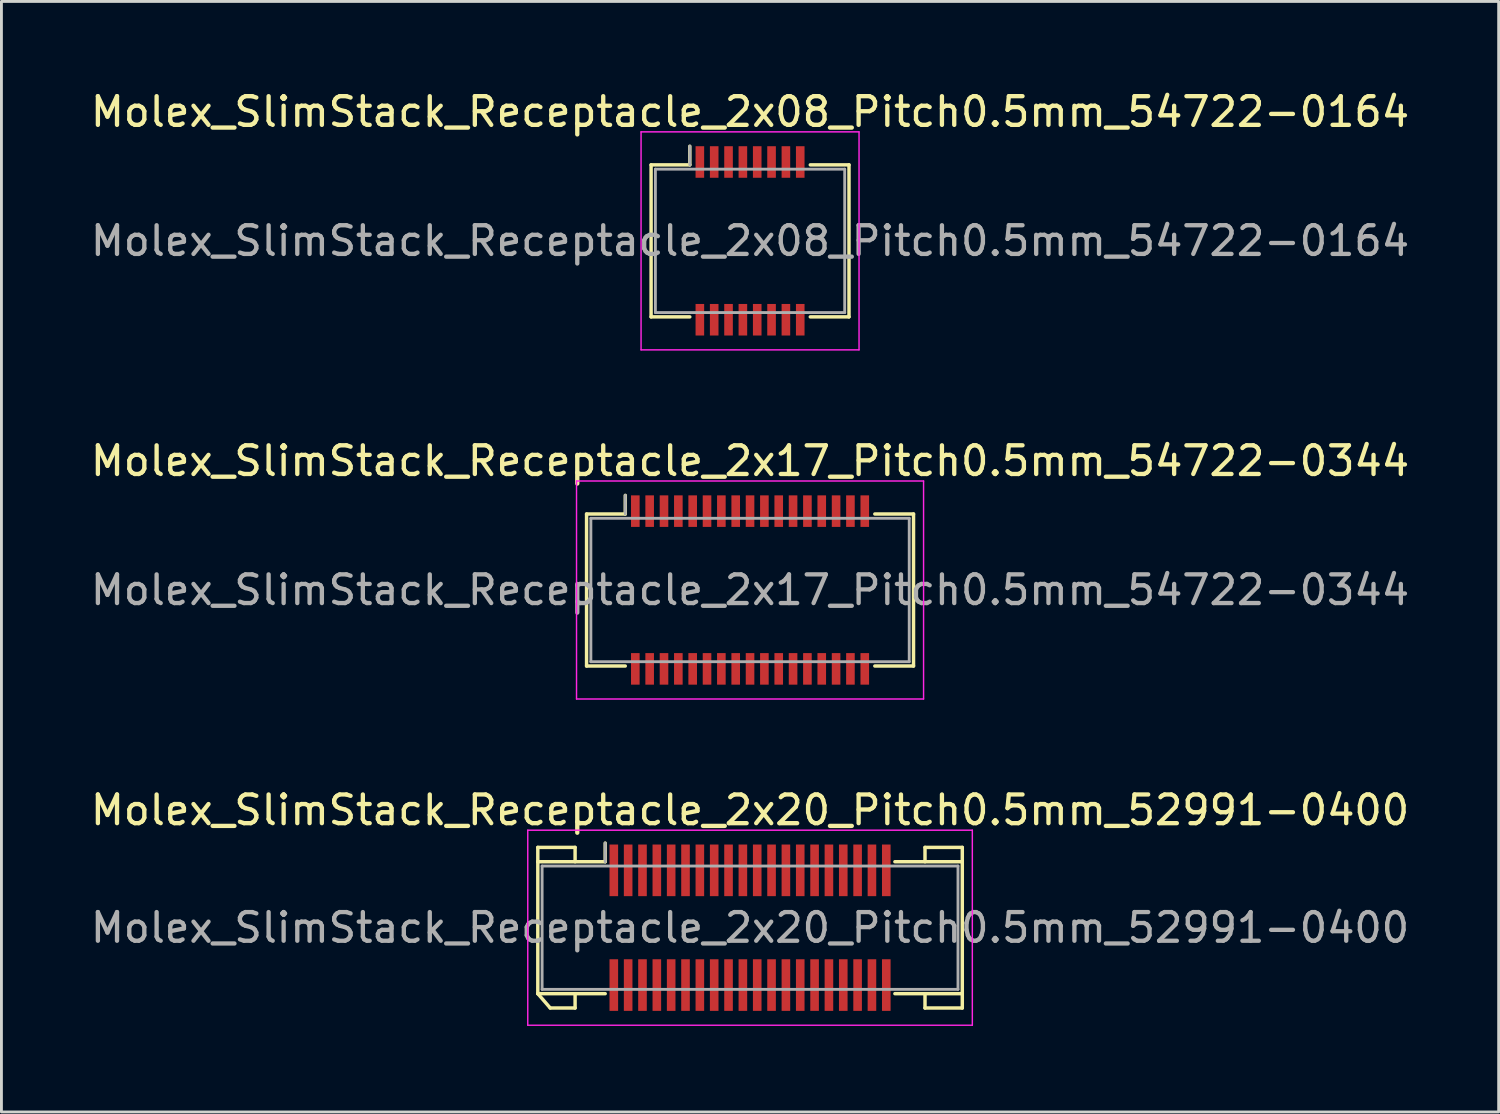
<source format=kicad_pcb>
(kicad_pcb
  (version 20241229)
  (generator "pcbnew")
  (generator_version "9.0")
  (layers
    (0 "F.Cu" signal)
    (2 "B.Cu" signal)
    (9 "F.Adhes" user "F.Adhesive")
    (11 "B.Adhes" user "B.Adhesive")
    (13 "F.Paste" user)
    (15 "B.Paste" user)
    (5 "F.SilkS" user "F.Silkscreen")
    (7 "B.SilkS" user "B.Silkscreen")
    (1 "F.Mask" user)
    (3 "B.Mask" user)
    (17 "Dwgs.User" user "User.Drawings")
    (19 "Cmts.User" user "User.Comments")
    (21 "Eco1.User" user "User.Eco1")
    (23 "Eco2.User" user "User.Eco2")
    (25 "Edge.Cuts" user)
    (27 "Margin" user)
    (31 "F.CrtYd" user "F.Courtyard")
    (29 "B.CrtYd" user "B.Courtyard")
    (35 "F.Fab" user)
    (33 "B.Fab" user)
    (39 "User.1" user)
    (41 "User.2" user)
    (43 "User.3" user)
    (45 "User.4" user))
  (footprint "Molex_SlimStack_Receptacle_2x17_Pitch0.5mm_54722-0344"
    (layer "F.Cu")
    (at 23.101 17.521)
    (property "Reference" "Molex_SlimStack_Receptacle_2x17_Pitch0.5mm_54722-0344" (at 0 -4.5 0) (layer "F.SilkS") (effects (font (size 1 1) (thickness 0.15))))
    (attr smd)
    (fp_line (start -5.7 -2.65) (end -4.35 -2.65) (stroke (width 0.12) (type solid)) (layer "F.SilkS"))
    (fp_line (start -5.7 2.65) (end -5.7 -2.65) (stroke (width 0.12) (type solid)) (layer "F.SilkS"))
    (fp_line (start -4.35 -2.65) (end -4.35 -3.3) (stroke (width 0.12) (type solid)) (layer "F.SilkS"))
    (fp_line (start -4.35 2.65) (end -5.7 2.65) (stroke (width 0.12) (type solid)) (layer "F.SilkS"))
    (fp_line (start 4.35 2.65) (end 5.7 2.65) (stroke (width 0.12) (type solid)) (layer "F.SilkS"))
    (fp_line (start 5.7 -2.65) (end 4.35 -2.65) (stroke (width 0.12) (type solid)) (layer "F.SilkS"))
    (fp_line (start 5.7 2.65) (end 5.7 -2.65) (stroke (width 0.12) (type solid)) (layer "F.SilkS"))
    (fp_line (start -6.05 -3.8) (end -6.05 3.8) (stroke (width 0.05) (type solid)) (layer "F.CrtYd"))
    (fp_line (start -6.05 3.8) (end 6.05 3.8) (stroke (width 0.05) (type solid)) (layer "F.CrtYd"))
    (fp_line (start 6.05 -3.8) (end -6.05 -3.8) (stroke (width 0.05) (type solid)) (layer "F.CrtYd"))
    (fp_line (start 6.05 3.8) (end 6.05 -3.8) (stroke (width 0.05) (type solid)) (layer "F.CrtYd"))
    (fp_line (start -5.55 -2.5) (end -5.55 2.5) (stroke (width 0.1) (type solid)) (layer "F.Fab"))
    (fp_line (start -5.55 2.5) (end 5.55 2.5) (stroke (width 0.1) (type solid)) (layer "F.Fab"))
    (fp_line (start -4.35 -2.65) (end -4.35 -3.3) (stroke (width 0.1) (type solid)) (layer "F.Fab"))
    (fp_line (start 5.55 -2.5) (end -5.55 -2.5) (stroke (width 0.1) (type solid)) (layer "F.Fab"))
    (fp_line (start 5.55 2.5) (end 5.55 -2.5) (stroke (width 0.1) (type solid)) (layer "F.Fab"))
    (fp_text user "${REFERENCE}" (at 0 0 0) (layer "F.Fab") (effects (font (size 1 1) (thickness 0.15))))
    (pad "1" smd rect (at -4 -2.75) (size 0.3 1.1) (layers "F.Cu" "F.Mask" "F.Paste"))
    (pad "2" smd rect (at -4 2.75) (size 0.3 1.1) (layers "F.Cu" "F.Mask" "F.Paste"))
    (pad "3" smd rect (at -3.5 -2.75) (size 0.3 1.1) (layers "F.Cu" "F.Mask" "F.Paste"))
    (pad "4" smd rect (at -3.5 2.75) (size 0.3 1.1) (layers "F.Cu" "F.Mask" "F.Paste"))
    (pad "5" smd rect (at -3 -2.75) (size 0.3 1.1) (layers "F.Cu" "F.Mask" "F.Paste"))
    (pad "6" smd rect (at -3 2.75) (size 0.3 1.1) (layers "F.Cu" "F.Mask" "F.Paste"))
    (pad "7" smd rect (at -2.5 -2.75) (size 0.3 1.1) (layers "F.Cu" "F.Mask" "F.Paste"))
    (pad "8" smd rect (at -2.5 2.75) (size 0.3 1.1) (layers "F.Cu" "F.Mask" "F.Paste"))
    (pad "9" smd rect (at -2 -2.75) (size 0.3 1.1) (layers "F.Cu" "F.Mask" "F.Paste"))
    (pad "10" smd rect (at -2 2.75) (size 0.3 1.1) (layers "F.Cu" "F.Mask" "F.Paste"))
    (pad "11" smd rect (at -1.5 -2.75) (size 0.3 1.1) (layers "F.Cu" "F.Mask" "F.Paste"))
    (pad "12" smd rect (at -1.5 2.75) (size 0.3 1.1) (layers "F.Cu" "F.Mask" "F.Paste"))
    (pad "13" smd rect (at -1 -2.75) (size 0.3 1.1) (layers "F.Cu" "F.Mask" "F.Paste"))
    (pad "14" smd rect (at -1 2.75) (size 0.3 1.1) (layers "F.Cu" "F.Mask" "F.Paste"))
    (pad "15" smd rect (at -0.5 -2.75) (size 0.3 1.1) (layers "F.Cu" "F.Mask" "F.Paste"))
    (pad "16" smd rect (at -0.5 2.75) (size 0.3 1.1) (layers "F.Cu" "F.Mask" "F.Paste"))
    (pad "17" smd rect (at 0 -2.75) (size 0.3 1.1) (layers "F.Cu" "F.Mask" "F.Paste"))
    (pad "18" smd rect (at 0 2.75) (size 0.3 1.1) (layers "F.Cu" "F.Mask" "F.Paste"))
    (pad "19" smd rect (at 0.5 -2.75) (size 0.3 1.1) (layers "F.Cu" "F.Mask" "F.Paste"))
    (pad "20" smd rect (at 0.5 2.75) (size 0.3 1.1) (layers "F.Cu" "F.Mask" "F.Paste"))
    (pad "21" smd rect (at 1 -2.75) (size 0.3 1.1) (layers "F.Cu" "F.Mask" "F.Paste"))
    (pad "22" smd rect (at 1 2.75) (size 0.3 1.1) (layers "F.Cu" "F.Mask" "F.Paste"))
    (pad "23" smd rect (at 1.5 -2.75) (size 0.3 1.1) (layers "F.Cu" "F.Mask" "F.Paste"))
    (pad "24" smd rect (at 1.5 2.75) (size 0.3 1.1) (layers "F.Cu" "F.Mask" "F.Paste"))
    (pad "25" smd rect (at 2 -2.75) (size 0.3 1.1) (layers "F.Cu" "F.Mask" "F.Paste"))
    (pad "26" smd rect (at 2 2.75) (size 0.3 1.1) (layers "F.Cu" "F.Mask" "F.Paste"))
    (pad "27" smd rect (at 2.5 -2.75) (size 0.3 1.1) (layers "F.Cu" "F.Mask" "F.Paste"))
    (pad "28" smd rect (at 2.5 2.75) (size 0.3 1.1) (layers "F.Cu" "F.Mask" "F.Paste"))
    (pad "29" smd rect (at 3 -2.75) (size 0.3 1.1) (layers "F.Cu" "F.Mask" "F.Paste"))
    (pad "30" smd rect (at 3 2.75) (size 0.3 1.1) (layers "F.Cu" "F.Mask" "F.Paste"))
    (pad "31" smd rect (at 3.5 -2.75) (size 0.3 1.1) (layers "F.Cu" "F.Mask" "F.Paste"))
    (pad "32" smd rect (at 3.5 2.75) (size 0.3 1.1) (layers "F.Cu" "F.Mask" "F.Paste"))
    (pad "33" smd rect (at 4 -2.75) (size 0.3 1.1) (layers "F.Cu" "F.Mask" "F.Paste"))
    (pad "34" smd rect (at 4 2.75) (size 0.3 1.1) (layers "F.Cu" "F.Mask" "F.Paste")))
  (footprint "Molex_SlimStack_Receptacle_2x20_Pitch0.5mm_52991-0400"
    (layer "F.Cu")
    (at 23.101 29.295)
    (property "Reference" "Molex_SlimStack_Receptacle_2x20_Pitch0.5mm_52991-0400" (at 0 -4.1 0) (layer "F.SilkS") (effects (font (size 1 1) (thickness 0.15))))
    (attr smd)
    (fp_line (start -7.4 -2.8) (end -6.1 -2.8) (stroke (width 0.12) (type solid)) (layer "F.SilkS"))
    (fp_line (start -7.4 -2.3) (end -7.4 -2.8) (stroke (width 0.12) (type solid)) (layer "F.SilkS"))
    (fp_line (start -7.4 -2.3) (end -5.05 -2.3) (stroke (width 0.12) (type solid)) (layer "F.SilkS"))
    (fp_line (start -7.4 2.3) (end -7.4 -2.3) (stroke (width 0.12) (type solid)) (layer "F.SilkS"))
    (fp_line (start -7.4 2.3) (end -6.967 2.8) (stroke (width 0.12) (type solid)) (layer "F.SilkS"))
    (fp_line (start -6.967 2.8) (end -6.1 2.8) (stroke (width 0.12) (type solid)) (layer "F.SilkS"))
    (fp_line (start -6.1 -2.8) (end -6.1 -2.3) (stroke (width 0.12) (type solid)) (layer "F.SilkS"))
    (fp_line (start -6.1 2.8) (end -6.1 2.3) (stroke (width 0.12) (type solid)) (layer "F.SilkS"))
    (fp_line (start -5.05 -2.3) (end -5.05 -2.95) (stroke (width 0.12) (type solid)) (layer "F.SilkS"))
    (fp_line (start -5.05 2.3) (end -7.4 2.3) (stroke (width 0.12) (type solid)) (layer "F.SilkS"))
    (fp_line (start 5.05 2.3) (end 7.4 2.3) (stroke (width 0.12) (type solid)) (layer "F.SilkS"))
    (fp_line (start 6.1 -2.8) (end 6.1 -2.3) (stroke (width 0.12) (type solid)) (layer "F.SilkS"))
    (fp_line (start 6.1 2.8) (end 6.1 2.3) (stroke (width 0.12) (type solid)) (layer "F.SilkS"))
    (fp_line (start 7.4 -2.8) (end 6.1 -2.8) (stroke (width 0.12) (type solid)) (layer "F.SilkS"))
    (fp_line (start 7.4 -2.3) (end 5.05 -2.3) (stroke (width 0.12) (type solid)) (layer "F.SilkS"))
    (fp_line (start 7.4 -2.3) (end 7.4 -2.8) (stroke (width 0.12) (type solid)) (layer "F.SilkS"))
    (fp_line (start 7.4 2.3) (end 7.4 -2.3) (stroke (width 0.12) (type solid)) (layer "F.SilkS"))
    (fp_line (start 7.4 2.3) (end 7.4 2.8) (stroke (width 0.12) (type solid)) (layer "F.SilkS"))
    (fp_line (start 7.4 2.8) (end 6.1 2.8) (stroke (width 0.12) (type solid)) (layer "F.SilkS"))
    (fp_line (start -7.75 -3.4) (end -7.75 3.4) (stroke (width 0.05) (type solid)) (layer "F.CrtYd"))
    (fp_line (start -7.75 3.4) (end 7.75 3.4) (stroke (width 0.05) (type solid)) (layer "F.CrtYd"))
    (fp_line (start 7.75 -3.4) (end -7.75 -3.4) (stroke (width 0.05) (type solid)) (layer "F.CrtYd"))
    (fp_line (start 7.75 3.4) (end 7.75 -3.4) (stroke (width 0.05) (type solid)) (layer "F.CrtYd"))
    (fp_line (start -7.25 -2.15) (end -7.25 2.15) (stroke (width 0.1) (type solid)) (layer "F.Fab"))
    (fp_line (start -7.25 2.15) (end 7.25 2.15) (stroke (width 0.1) (type solid)) (layer "F.Fab"))
    (fp_line (start -5.05 -2.3) (end -5.05 -2.95) (stroke (width 0.1) (type solid)) (layer "F.Fab"))
    (fp_line (start 7.25 -2.15) (end -7.25 -2.15) (stroke (width 0.1) (type solid)) (layer "F.Fab"))
    (fp_line (start 7.25 2.15) (end 7.25 -2.15) (stroke (width 0.1) (type solid)) (layer "F.Fab"))
    (fp_text user "${REFERENCE}" (at 0 0 0) (layer "F.Fab") (effects (font (size 1 1) (thickness 0.15))))
    (pad "1" smd rect (at -4.75 -2) (size 0.3 1.8) (layers "F.Cu" "F.Mask" "F.Paste"))
    (pad "2" smd rect (at -4.75 2) (size 0.3 1.8) (layers "F.Cu" "F.Mask" "F.Paste"))
    (pad "3" smd rect (at -4.25 -2) (size 0.3 1.8) (layers "F.Cu" "F.Mask" "F.Paste"))
    (pad "4" smd rect (at -4.25 2) (size 0.3 1.8) (layers "F.Cu" "F.Mask" "F.Paste"))
    (pad "5" smd rect (at -3.75 -2) (size 0.3 1.8) (layers "F.Cu" "F.Mask" "F.Paste"))
    (pad "6" smd rect (at -3.75 2) (size 0.3 1.8) (layers "F.Cu" "F.Mask" "F.Paste"))
    (pad "7" smd rect (at -3.25 -2) (size 0.3 1.8) (layers "F.Cu" "F.Mask" "F.Paste"))
    (pad "8" smd rect (at -3.25 2) (size 0.3 1.8) (layers "F.Cu" "F.Mask" "F.Paste"))
    (pad "9" smd rect (at -2.75 -2) (size 0.3 1.8) (layers "F.Cu" "F.Mask" "F.Paste"))
    (pad "10" smd rect (at -2.75 2) (size 0.3 1.8) (layers "F.Cu" "F.Mask" "F.Paste"))
    (pad "11" smd rect (at -2.25 -2) (size 0.3 1.8) (layers "F.Cu" "F.Mask" "F.Paste"))
    (pad "12" smd rect (at -2.25 2) (size 0.3 1.8) (layers "F.Cu" "F.Mask" "F.Paste"))
    (pad "13" smd rect (at -1.75 -2) (size 0.3 1.8) (layers "F.Cu" "F.Mask" "F.Paste"))
    (pad "14" smd rect (at -1.75 2) (size 0.3 1.8) (layers "F.Cu" "F.Mask" "F.Paste"))
    (pad "15" smd rect (at -1.25 -2) (size 0.3 1.8) (layers "F.Cu" "F.Mask" "F.Paste"))
    (pad "16" smd rect (at -1.25 2) (size 0.3 1.8) (layers "F.Cu" "F.Mask" "F.Paste"))
    (pad "17" smd rect (at -0.75 -2) (size 0.3 1.8) (layers "F.Cu" "F.Mask" "F.Paste"))
    (pad "18" smd rect (at -0.75 2) (size 0.3 1.8) (layers "F.Cu" "F.Mask" "F.Paste"))
    (pad "19" smd rect (at -0.25 -2) (size 0.3 1.8) (layers "F.Cu" "F.Mask" "F.Paste"))
    (pad "20" smd rect (at -0.25 2) (size 0.3 1.8) (layers "F.Cu" "F.Mask" "F.Paste"))
    (pad "21" smd rect (at 0.25 -2) (size 0.3 1.8) (layers "F.Cu" "F.Mask" "F.Paste"))
    (pad "22" smd rect (at 0.25 2) (size 0.3 1.8) (layers "F.Cu" "F.Mask" "F.Paste"))
    (pad "23" smd rect (at 0.75 -2) (size 0.3 1.8) (layers "F.Cu" "F.Mask" "F.Paste"))
    (pad "24" smd rect (at 0.75 2) (size 0.3 1.8) (layers "F.Cu" "F.Mask" "F.Paste"))
    (pad "25" smd rect (at 1.25 -2) (size 0.3 1.8) (layers "F.Cu" "F.Mask" "F.Paste"))
    (pad "26" smd rect (at 1.25 2) (size 0.3 1.8) (layers "F.Cu" "F.Mask" "F.Paste"))
    (pad "27" smd rect (at 1.75 -2) (size 0.3 1.8) (layers "F.Cu" "F.Mask" "F.Paste"))
    (pad "28" smd rect (at 1.75 2) (size 0.3 1.8) (layers "F.Cu" "F.Mask" "F.Paste"))
    (pad "29" smd rect (at 2.25 -2) (size 0.3 1.8) (layers "F.Cu" "F.Mask" "F.Paste"))
    (pad "30" smd rect (at 2.25 2) (size 0.3 1.8) (layers "F.Cu" "F.Mask" "F.Paste"))
    (pad "31" smd rect (at 2.75 -2) (size 0.3 1.8) (layers "F.Cu" "F.Mask" "F.Paste"))
    (pad "32" smd rect (at 2.75 2) (size 0.3 1.8) (layers "F.Cu" "F.Mask" "F.Paste"))
    (pad "33" smd rect (at 3.25 -2) (size 0.3 1.8) (layers "F.Cu" "F.Mask" "F.Paste"))
    (pad "34" smd rect (at 3.25 2) (size 0.3 1.8) (layers "F.Cu" "F.Mask" "F.Paste"))
    (pad "35" smd rect (at 3.75 -2) (size 0.3 1.8) (layers "F.Cu" "F.Mask" "F.Paste"))
    (pad "36" smd rect (at 3.75 2) (size 0.3 1.8) (layers "F.Cu" "F.Mask" "F.Paste"))
    (pad "37" smd rect (at 4.25 -2) (size 0.3 1.8) (layers "F.Cu" "F.Mask" "F.Paste"))
    (pad "38" smd rect (at 4.25 2) (size 0.3 1.8) (layers "F.Cu" "F.Mask" "F.Paste"))
    (pad "39" smd rect (at 4.75 -2) (size 0.3 1.8) (layers "F.Cu" "F.Mask" "F.Paste"))
    (pad "40" smd rect (at 4.75 2) (size 0.3 1.8) (layers "F.Cu" "F.Mask" "F.Paste")))
  (footprint "Molex_SlimStack_Receptacle_2x08_Pitch0.5mm_54722-0164"
    (layer "F.Cu")
    (at 23.101 5.348)
    (property "Reference" "Molex_SlimStack_Receptacle_2x08_Pitch0.5mm_54722-0164" (at 0 -4.5 0) (layer "F.SilkS") (effects (font (size 1 1) (thickness 0.15))))
    (attr smd)
    (fp_line (start -3.45 -2.65) (end -2.1 -2.65) (stroke (width 0.12) (type solid)) (layer "F.SilkS"))
    (fp_line (start -3.45 2.65) (end -3.45 -2.65) (stroke (width 0.12) (type solid)) (layer "F.SilkS"))
    (fp_line (start -2.1 -2.65) (end -2.1 -3.3) (stroke (width 0.12) (type solid)) (layer "F.SilkS"))
    (fp_line (start -2.1 2.65) (end -3.45 2.65) (stroke (width 0.12) (type solid)) (layer "F.SilkS"))
    (fp_line (start 2.1 2.65) (end 3.45 2.65) (stroke (width 0.12) (type solid)) (layer "F.SilkS"))
    (fp_line (start 3.45 -2.65) (end 2.1 -2.65) (stroke (width 0.12) (type solid)) (layer "F.SilkS"))
    (fp_line (start 3.45 2.65) (end 3.45 -2.65) (stroke (width 0.12) (type solid)) (layer "F.SilkS"))
    (fp_line (start -3.8 -3.8) (end -3.8 3.8) (stroke (width 0.05) (type solid)) (layer "F.CrtYd"))
    (fp_line (start -3.8 3.8) (end 3.8 3.8) (stroke (width 0.05) (type solid)) (layer "F.CrtYd"))
    (fp_line (start 3.8 -3.8) (end -3.8 -3.8) (stroke (width 0.05) (type solid)) (layer "F.CrtYd"))
    (fp_line (start 3.8 3.8) (end 3.8 -3.8) (stroke (width 0.05) (type solid)) (layer "F.CrtYd"))
    (fp_line (start -3.3 -2.5) (end -3.3 2.5) (stroke (width 0.1) (type solid)) (layer "F.Fab"))
    (fp_line (start -3.3 2.5) (end 3.3 2.5) (stroke (width 0.1) (type solid)) (layer "F.Fab"))
    (fp_line (start -2.1 -2.65) (end -2.1 -3.3) (stroke (width 0.1) (type solid)) (layer "F.Fab"))
    (fp_line (start 3.3 -2.5) (end -3.3 -2.5) (stroke (width 0.1) (type solid)) (layer "F.Fab"))
    (fp_line (start 3.3 2.5) (end 3.3 -2.5) (stroke (width 0.1) (type solid)) (layer "F.Fab"))
    (fp_text user "${REFERENCE}" (at 0 0 0) (layer "F.Fab") (effects (font (size 1 1) (thickness 0.15))))
    (pad "1" smd rect (at -1.75 -2.75) (size 0.3 1.1) (layers "F.Cu" "F.Mask" "F.Paste"))
    (pad "2" smd rect (at -1.75 2.75) (size 0.3 1.1) (layers "F.Cu" "F.Mask" "F.Paste"))
    (pad "3" smd rect (at -1.25 -2.75) (size 0.3 1.1) (layers "F.Cu" "F.Mask" "F.Paste"))
    (pad "4" smd rect (at -1.25 2.75) (size 0.3 1.1) (layers "F.Cu" "F.Mask" "F.Paste"))
    (pad "5" smd rect (at -0.75 -2.75) (size 0.3 1.1) (layers "F.Cu" "F.Mask" "F.Paste"))
    (pad "6" smd rect (at -0.75 2.75) (size 0.3 1.1) (layers "F.Cu" "F.Mask" "F.Paste"))
    (pad "7" smd rect (at -0.25 -2.75) (size 0.3 1.1) (layers "F.Cu" "F.Mask" "F.Paste"))
    (pad "8" smd rect (at -0.25 2.75) (size 0.3 1.1) (layers "F.Cu" "F.Mask" "F.Paste"))
    (pad "9" smd rect (at 0.25 -2.75) (size 0.3 1.1) (layers "F.Cu" "F.Mask" "F.Paste"))
    (pad "10" smd rect (at 0.25 2.75) (size 0.3 1.1) (layers "F.Cu" "F.Mask" "F.Paste"))
    (pad "11" smd rect (at 0.75 -2.75) (size 0.3 1.1) (layers "F.Cu" "F.Mask" "F.Paste"))
    (pad "12" smd rect (at 0.75 2.75) (size 0.3 1.1) (layers "F.Cu" "F.Mask" "F.Paste"))
    (pad "13" smd rect (at 1.25 -2.75) (size 0.3 1.1) (layers "F.Cu" "F.Mask" "F.Paste"))
    (pad "14" smd rect (at 1.25 2.75) (size 0.3 1.1) (layers "F.Cu" "F.Mask" "F.Paste"))
    (pad "15" smd rect (at 1.75 -2.75) (size 0.3 1.1) (layers "F.Cu" "F.Mask" "F.Paste"))
    (pad "16" smd rect (at 1.75 2.75) (size 0.3 1.1) (layers "F.Cu" "F.Mask" "F.Paste")))
  (gr_rect
    (start -3 -3)
    (end 49.202 35.72)
    (stroke (width 0.1) (type default))
    (fill no)
    (layer "Edge.Cuts")))
</source>
